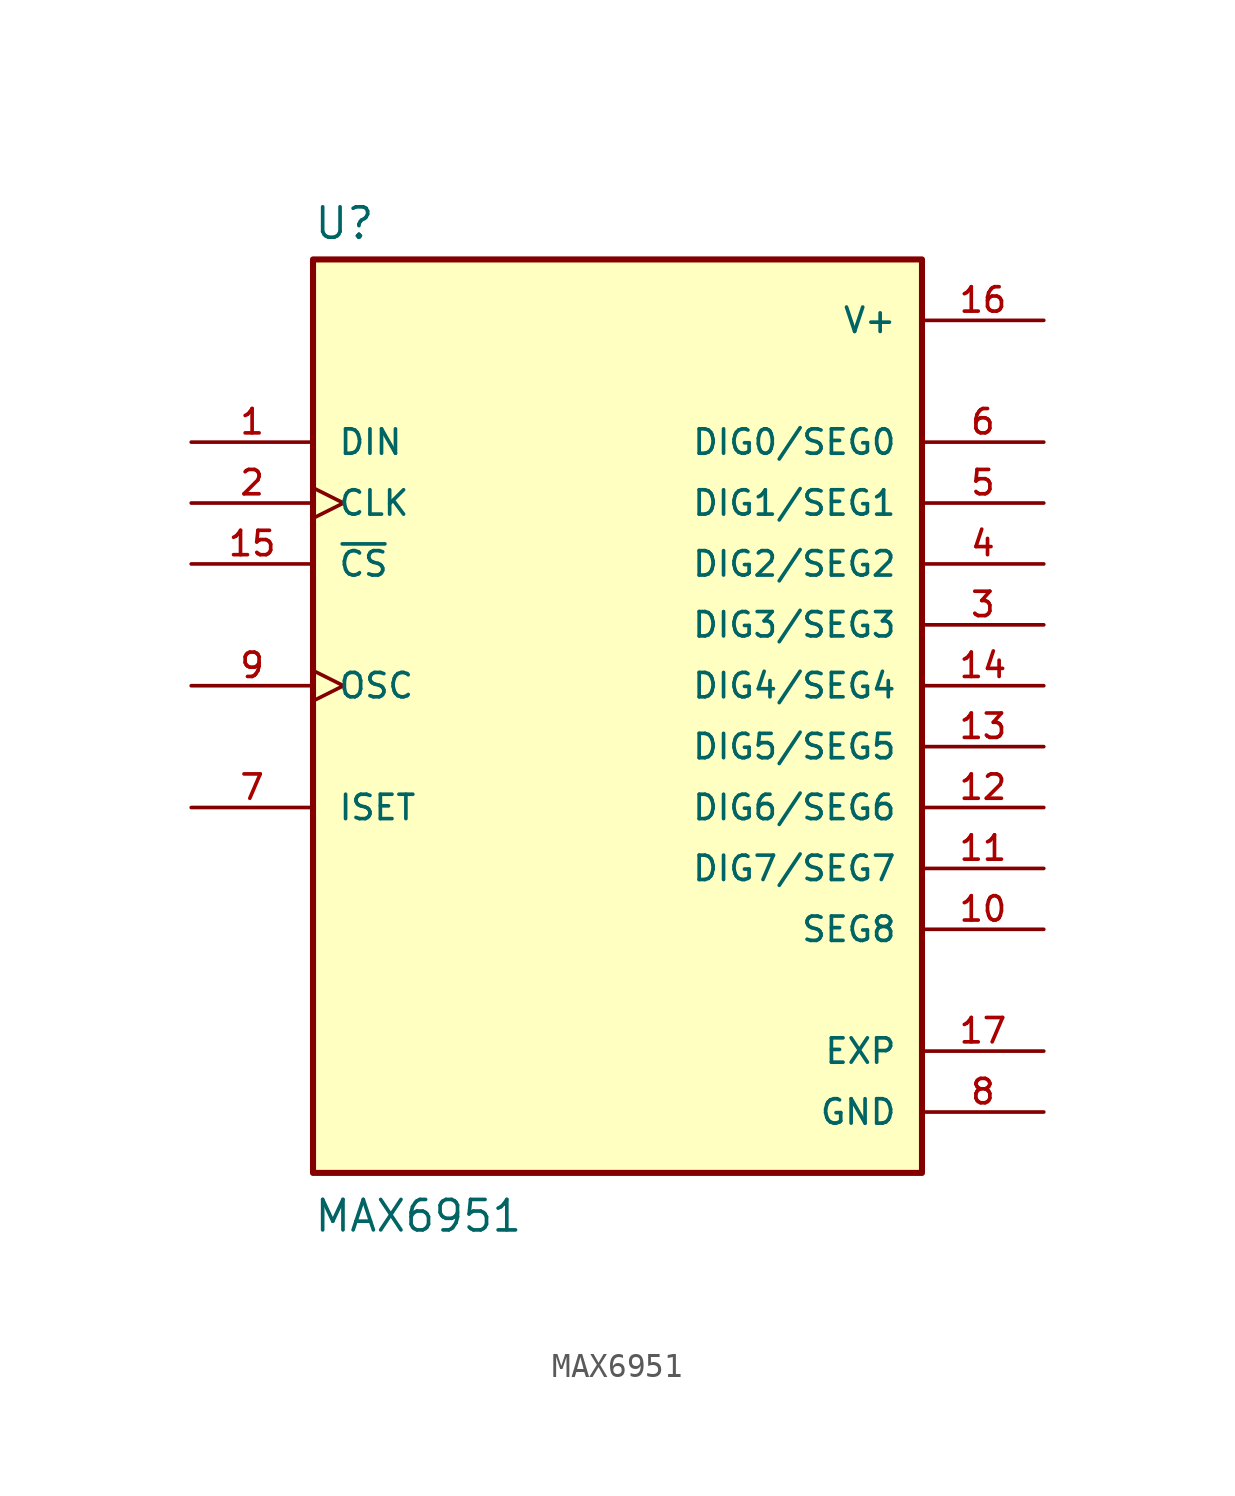
<source format=kicad_sym>
(kicad_symbol_lib
  (version 20241209)
  (generator "kicad_symbol_editor")
  (generator_version "9.0")
  (symbol "MAX6951"
    (pin_names
      (offset 1.016))
    (property "Reference" "U"
      (at -12.7 18.542 0)
      (effects (font (size 1.27 1.27)) (justify left bottom)))
    (property "Value" "MAX6951"
      (at -12.7 -22.86 0)
      (effects (font (size 1.27 1.27)) (justify left bottom)))
    (symbol "MAX6951_0_0"
      (rectangle (start -12.7 17.78) (end 12.7 -20.32) (stroke (width 0.254) (type default)) (fill (type background)))
      (pin input line (at -17.78 10.16 0) (length 5.08) (name "DIN" (effects (font (size 1.016 1.016)))) (number "1" (effects (font (size 1.016 1.016)))))
      (pin input clock (at -17.78 7.62 0) (length 5.08) (name "CLK" (effects (font (size 1.016 1.016)))) (number "2" (effects (font (size 1.016 1.016)))))
      (pin input line (at -17.78 5.08 0) (length 5.08) (name "~{CS}" (effects (font (size 1.016 1.016)))) (number "15" (effects (font (size 1.016 1.016)))))
      (pin input clock (at -17.78 0 0) (length 5.08) (name "OSC" (effects (font (size 1.016 1.016)))) (number "9" (effects (font (size 1.016 1.016)))))
      (pin passive line (at -17.78 -5.08 0) (length 5.08) (name "ISET" (effects (font (size 1.016 1.016)))) (number "7" (effects (font (size 1.016 1.016)))))
      (pin power_in line (at 17.78 15.24 180) (length 5.08) (name "V+" (effects (font (size 1.016 1.016)))) (number "16" (effects (font (size 1.016 1.016)))))
      (pin output line (at 17.78 10.16 180) (length 5.08) (name "DIG0/SEG0" (effects (font (size 1.016 1.016)))) (number "6" (effects (font (size 1.016 1.016)))))
      (pin output line (at 17.78 7.62 180) (length 5.08) (name "DIG1/SEG1" (effects (font (size 1.016 1.016)))) (number "5" (effects (font (size 1.016 1.016)))))
      (pin output line (at 17.78 5.08 180) (length 5.08) (name "DIG2/SEG2" (effects (font (size 1.016 1.016)))) (number "4" (effects (font (size 1.016 1.016)))))
      (pin output line (at 17.78 2.54 180) (length 5.08) (name "DIG3/SEG3" (effects (font (size 1.016 1.016)))) (number "3" (effects (font (size 1.016 1.016)))))
      (pin output line (at 17.78 0 180) (length 5.08) (name "DIG4/SEG4" (effects (font (size 1.016 1.016)))) (number "14" (effects (font (size 1.016 1.016)))))
      (pin output line (at 17.78 -2.54 180) (length 5.08) (name "DIG5/SEG5" (effects (font (size 1.016 1.016)))) (number "13" (effects (font (size 1.016 1.016)))))
      (pin output line (at 17.78 -5.08 180) (length 5.08) (name "DIG6/SEG6" (effects (font (size 1.016 1.016)))) (number "12" (effects (font (size 1.016 1.016)))))
      (pin output line (at 17.78 -7.62 180) (length 5.08) (name "DIG7/SEG7" (effects (font (size 1.016 1.016)))) (number "11" (effects (font (size 1.016 1.016)))))
      (pin output line (at 17.78 -10.16 180) (length 5.08) (name "SEG8" (effects (font (size 1.016 1.016)))) (number "10" (effects (font (size 1.016 1.016)))))
      (pin power_in line (at 17.78 -15.24 180) (length 5.08) (name "EXP" (effects (font (size 1.016 1.016)))) (number "17" (effects (font (size 1.016 1.016)))))
      (pin power_in line (at 17.78 -17.78 180) (length 5.08) (name "GND" (effects (font (size 1.016 1.016)))) (number "8" (effects (font (size 1.016 1.016))))))))
</source>
